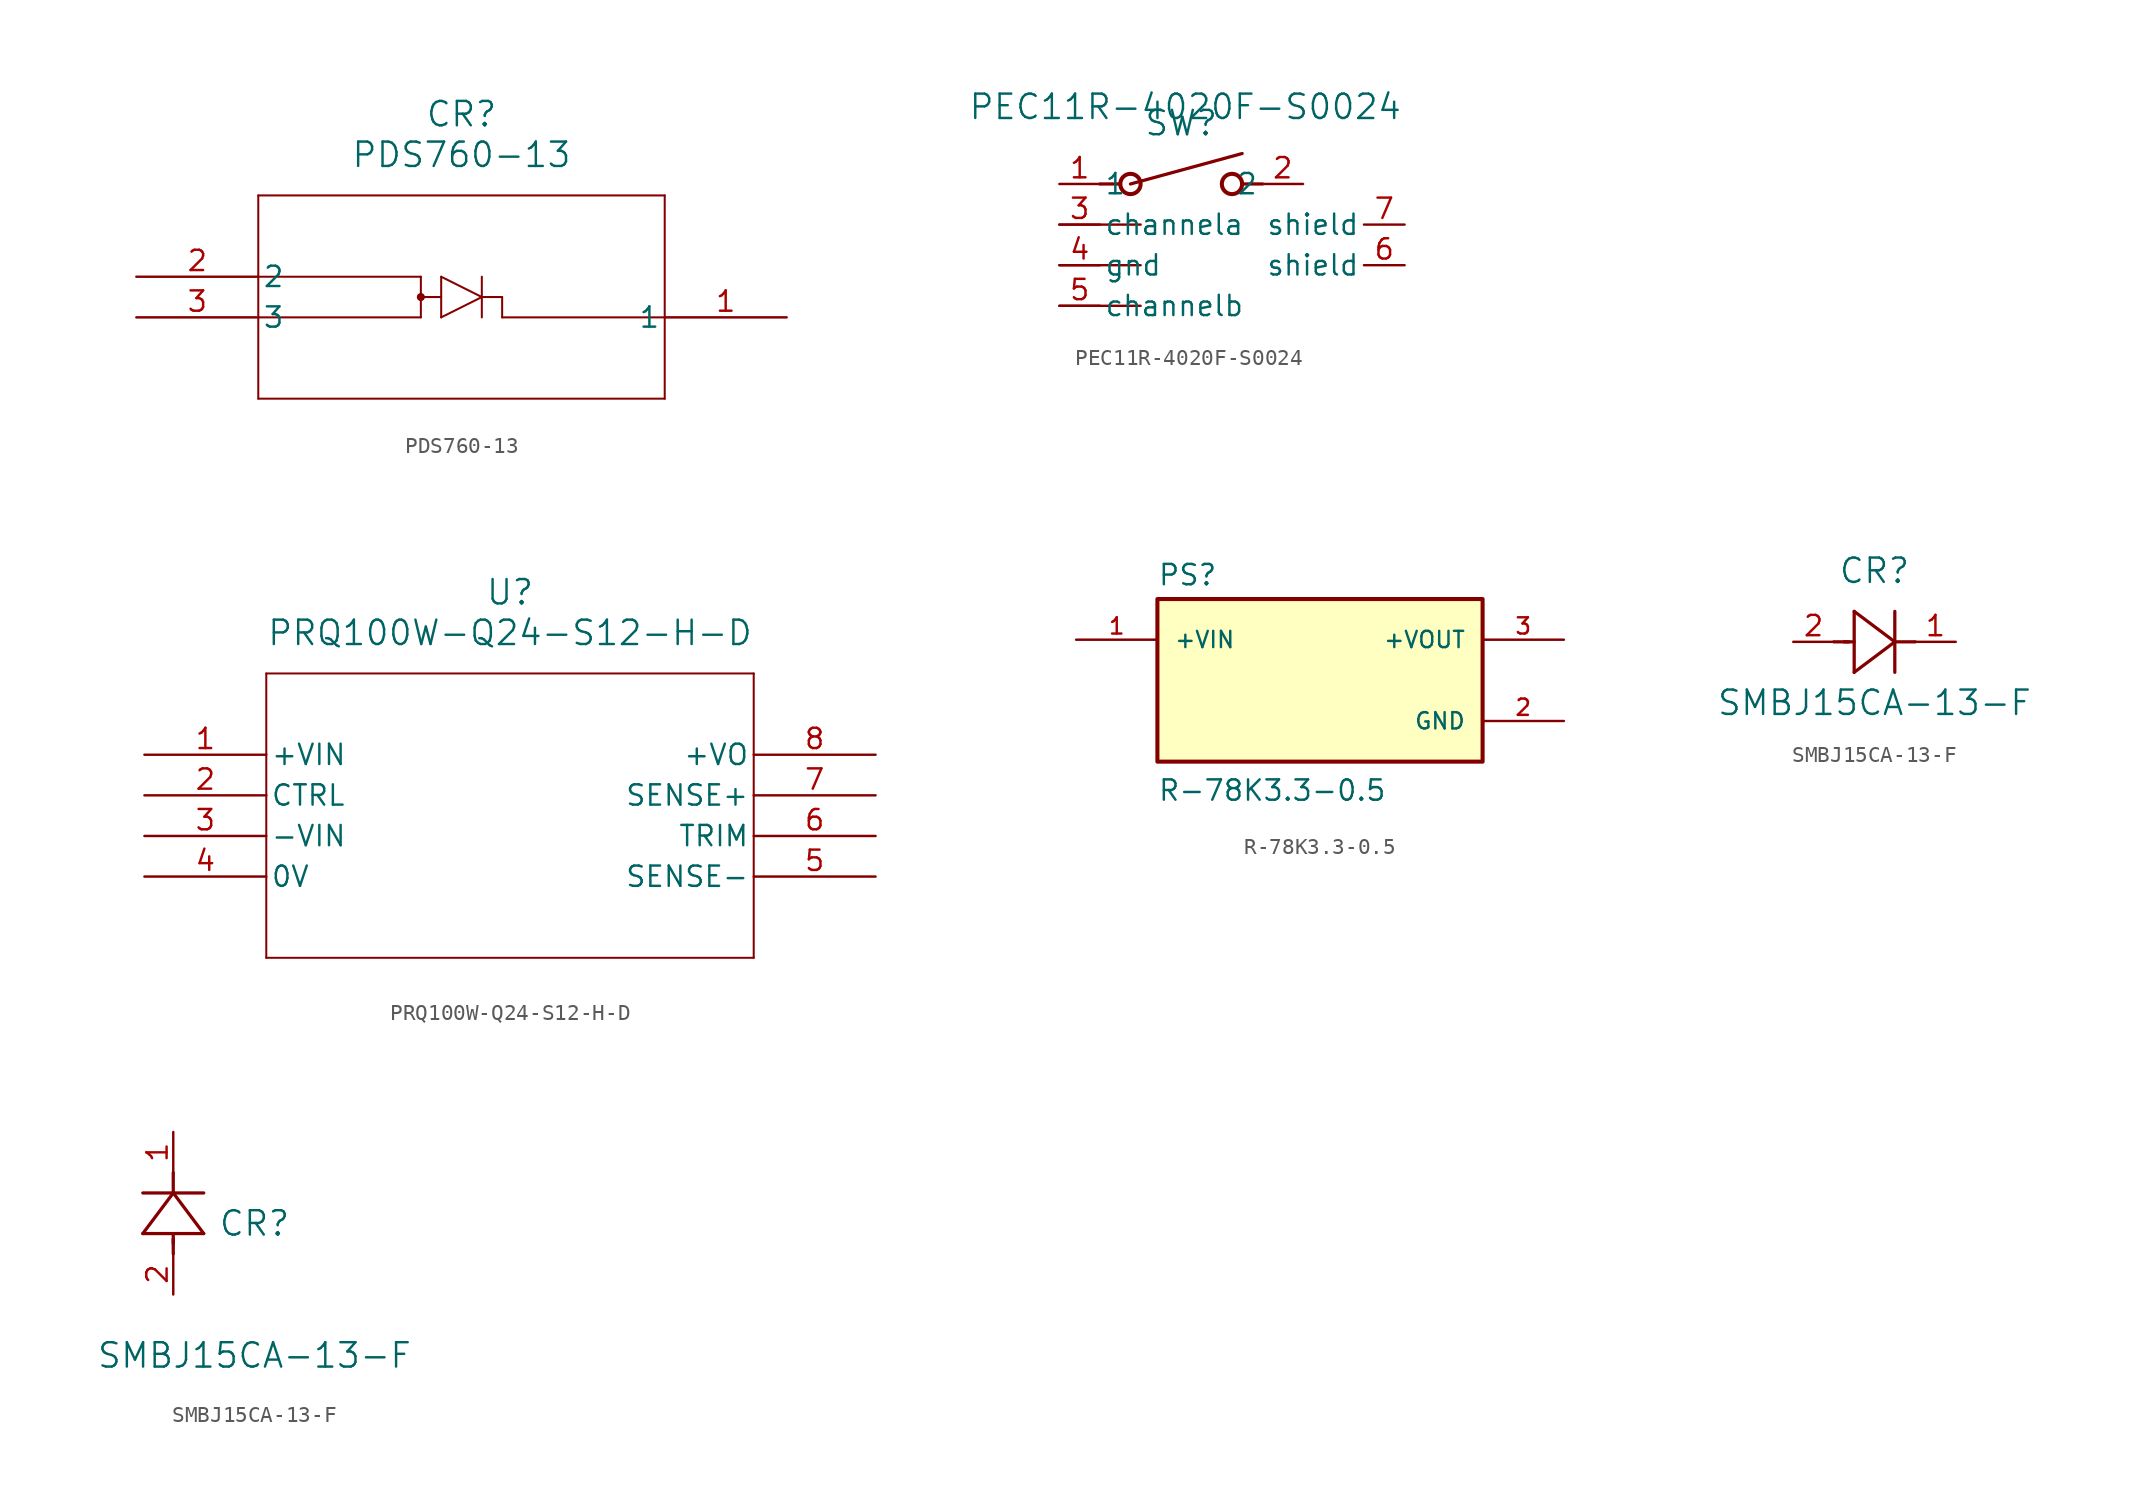
<source format=kicad_sym>
(kicad_symbol_lib
  (version 20241209)
  (generator "kicad_symbol_editor")
  (generator_version "9.0")
  (symbol "PDS760-13"
    (pin_names
      (offset 0.254))
    (property "Reference" "CR"
      (at 20.32 10.16 0)
      (effects (font (size 1.524 1.524))))
    (property "Value" "PDS760-13"
      (at 20.32 7.62 0)
      (effects (font (size 1.524 1.524))))
    (property "ki_locked" ""
      (at 0 0 0)
      (effects (font (size 1.27 1.27))))
    (symbol "PDS760-13_0_1"
      (polyline (pts (xy 7.62 5.08) (xy 7.62 -7.62)) (stroke (width 0.127) (type default)) (fill (type none)))
      (polyline (pts (xy 7.62 0) (xy 17.78 0)) (stroke (width 0.127) (type default)) (fill (type none)))
      (polyline (pts (xy 7.62 -2.54) (xy 17.78 -2.54)) (stroke (width 0.127) (type default)) (fill (type none)))
      (polyline (pts (xy 7.62 -7.62) (xy 33.02 -7.62)) (stroke (width 0.127) (type default)) (fill (type none)))
      (polyline (pts (xy 17.78 -1.27) (xy 19.05 -1.27)) (stroke (width 0.127) (type default)) (fill (type none)))
      (circle (center 17.78 -1.27) (radius 0.127) (stroke (width 0.254) (type default)) (fill (type none)))
      (polyline (pts (xy 17.78 -2.54) (xy 17.78 0)) (stroke (width 0.127) (type default)) (fill (type none)))
      (polyline (pts (xy 19.05 0) (xy 19.05 -2.54)) (stroke (width 0.127) (type default)) (fill (type none)))
      (polyline (pts (xy 19.05 -2.54) (xy 21.59 -1.27)) (stroke (width 0.127) (type default)) (fill (type none)))
      (polyline (pts (xy 21.59 0) (xy 21.59 -2.54)) (stroke (width 0.127) (type default)) (fill (type none)))
      (polyline (pts (xy 21.59 -1.27) (xy 19.05 0)) (stroke (width 0.127) (type default)) (fill (type none)))
      (polyline (pts (xy 22.86 -1.27) (xy 21.59 -1.27)) (stroke (width 0.127) (type default)) (fill (type none)))
      (polyline (pts (xy 22.86 -1.27) (xy 22.86 -2.54)) (stroke (width 0.127) (type default)) (fill (type none)))
      (polyline (pts (xy 22.86 -2.54) (xy 33.02 -2.54)) (stroke (width 0.127) (type default)) (fill (type none)))
      (polyline (pts (xy 33.02 5.08) (xy 7.62 5.08)) (stroke (width 0.127) (type default)) (fill (type none)))
      (polyline (pts (xy 33.02 -7.62) (xy 33.02 5.08)) (stroke (width 0.127) (type default)) (fill (type none))))
    (symbol "PDS760-13_1_1"
      (pin passive line (at 0 0 0) (length 7.62) (name "2" (effects (font (size 1.27 1.27)))) (number "2" (effects (font (size 1.27 1.27)))))
      (pin passive line (at 0 -2.54 0) (length 7.62) (name "3" (effects (font (size 1.27 1.27)))) (number "3" (effects (font (size 1.27 1.27)))))
      (pin passive line (at 40.64 -2.54 180) (length 7.62) (name "1" (effects (font (size 1.27 1.27)))) (number "1" (effects (font (size 1.27 1.27)))))))
  (symbol "PEC11R-4020F-S0024"
    (pin_names
      (offset 0.254))
    (property "Reference" "SW"
      (at 0 3.81 0)
      (effects (font (size 1.524 1.524))))
    (property "Value" "PEC11R-4020F-S0024"
      (at 0.254 4.826 0)
      (effects (font (size 1.524 1.524))))
    (property "ki_locked" ""
      (at 0 0 0)
      (effects (font (size 1.27 1.27))))
    (symbol "PEC11R-4020F-S0024_0_1"
      (polyline (pts (xy -5.08 0) (xy -3.81 0)) (stroke (width 0.203) (type default)) (fill (type none)))
      (circle (center -3.175 0) (radius 0.635) (stroke (width 0.254) (type default)) (fill (type none)))
      (polyline (pts (xy -3.175 0) (xy 3.81 1.905)) (stroke (width 0.203) (type default)) (fill (type none)))
      (circle (center 3.175 0) (radius 0.635) (stroke (width 0.254) (type default)) (fill (type none)))
      (polyline (pts (xy 5.08 0) (xy 3.81 0)) (stroke (width 0.203) (type default)) (fill (type none)))
      (pin unspecified line (at -7.62 0 0) (length 2.54) (name "1" (effects (font (size 1.27 1.27)))) (number "1" (effects (font (size 1.27 1.27)))))
      (pin unspecified line (at 7.62 0 180) (length 2.54) (name "2" (effects (font (size 1.27 1.27)))) (number "2" (effects (font (size 1.27 1.27))))))
    (symbol "PEC11R-4020F-S0024_1_1"
      (polyline (pts (xy -2.54 -2.54) (xy -7.62 -2.54)) (stroke (width 0) (type default)) (fill (type none)))
      (polyline (pts (xy -2.54 -5.08) (xy -7.62 -5.08)) (stroke (width 0) (type default)) (fill (type none)))
      (polyline (pts (xy -2.54 -7.62) (xy -7.62 -7.62)) (stroke (width 0) (type default)) (fill (type none)))
      (pin passive line (at -7.62 -2.54 0) (length 2.54) (name "channela" (effects (font (size 1.27 1.27)))) (number "3" (effects (font (size 1.27 1.27)))))
      (pin passive line (at -7.62 -5.08 0) (length 2.54) (name "gnd" (effects (font (size 1.27 1.27)))) (number "4" (effects (font (size 1.27 1.27)))))
      (pin passive line (at -7.62 -7.62 0) (length 2.54) (name "channelb" (effects (font (size 1.27 1.27)))) (number "5" (effects (font (size 1.27 1.27)))))
      (pin passive line (at 13.97 -2.54 180) (length 2.54) (name "shield" (effects (font (size 1.27 1.27)))) (number "7" (effects (font (size 1.27 1.27)))))
      (pin passive line (at 13.97 -5.08 180) (length 2.54) (name "shield" (effects (font (size 1.27 1.27)))) (number "6" (effects (font (size 1.27 1.27)))))))
  (symbol "PRQ100W-Q24-S12-H-D"
    (pin_names
      (offset 0.254))
    (property "Reference" "U"
      (at 22.86 10.16 0)
      (effects (font (size 1.524 1.524))))
    (property "Value" "PRQ100W-Q24-S12-H-D"
      (at 22.86 7.62 0)
      (effects (font (size 1.524 1.524))))
    (property "ki_locked" ""
      (at 0 0 0)
      (effects (font (size 1.27 1.27))))
    (symbol "PRQ100W-Q24-S12-H-D_0_1"
      (polyline (pts (xy 7.62 5.08) (xy 7.62 -12.7)) (stroke (width 0.127) (type default)) (fill (type none)))
      (polyline (pts (xy 7.62 -12.7) (xy 38.1 -12.7)) (stroke (width 0.127) (type default)) (fill (type none)))
      (polyline (pts (xy 38.1 5.08) (xy 7.62 5.08)) (stroke (width 0.127) (type default)) (fill (type none)))
      (polyline (pts (xy 38.1 -12.7) (xy 38.1 5.08)) (stroke (width 0.127) (type default)) (fill (type none)))
      (pin unspecified line (at 0 0 0) (length 7.62) (name "+VIN" (effects (font (size 1.27 1.27)))) (number "1" (effects (font (size 1.27 1.27)))))
      (pin unspecified line (at 0 -2.54 0) (length 7.62) (name "CTRL" (effects (font (size 1.27 1.27)))) (number "2" (effects (font (size 1.27 1.27)))))
      (pin unspecified line (at 0 -5.08 0) (length 7.62) (name "-VIN" (effects (font (size 1.27 1.27)))) (number "3" (effects (font (size 1.27 1.27)))))
      (pin unspecified line (at 0 -7.62 0) (length 7.62) (name "0V" (effects (font (size 1.27 1.27)))) (number "4" (effects (font (size 1.27 1.27)))))
      (pin unspecified line (at 45.72 0 180) (length 7.62) (name "+VO" (effects (font (size 1.27 1.27)))) (number "8" (effects (font (size 1.27 1.27)))))
      (pin unspecified line (at 45.72 -2.54 180) (length 7.62) (name "SENSE+" (effects (font (size 1.27 1.27)))) (number "7" (effects (font (size 1.27 1.27)))))
      (pin unspecified line (at 45.72 -5.08 180) (length 7.62) (name "TRIM" (effects (font (size 1.27 1.27)))) (number "6" (effects (font (size 1.27 1.27)))))
      (pin unspecified line (at 45.72 -7.62 180) (length 7.62) (name "SENSE-" (effects (font (size 1.27 1.27)))) (number "5" (effects (font (size 1.27 1.27)))))))
  (symbol "R-78K3.3-0.5"
    (pin_names
      (offset 1.016))
    (property "Reference" "PS"
      (at -10.16 5.842 0)
      (effects (font (size 1.27 1.27)) (justify left bottom)))
    (property "Value" "R-78K3.3-0.5"
      (at -10.16 -7.62 0)
      (effects (font (size 1.27 1.27)) (justify left bottom)))
    (symbol "R-78K3.3-0.5_0_0"
      (rectangle (start -10.16 -5.08) (end 10.16 5.08) (stroke (width 0.254) (type default)) (fill (type background)))
      (pin input line (at -15.24 2.54 0) (length 5.08) (name "+VIN" (effects (font (size 1.016 1.016)))) (number "1" (effects (font (size 1.016 1.016)))))
      (pin output line (at 15.24 2.54 180) (length 5.08) (name "+VOUT" (effects (font (size 1.016 1.016)))) (number "3" (effects (font (size 1.016 1.016)))))
      (pin power_in line (at 15.24 -2.54 180) (length 5.08) (name "GND" (effects (font (size 1.016 1.016)))) (number "2" (effects (font (size 1.016 1.016)))))))
  (symbol "SMBJ15CA-13-F"
    (pin_names
      (offset 0.254))
    (property "Reference" "CR"
      (at 5.08 4.445 0)
      (effects (font (size 1.524 1.524))))
    (property "Value" "SMBJ15CA-13-F"
      (at 5.08 -3.81 0)
      (effects (font (size 1.524 1.524))))
    (property "ki_locked" ""
      (at 0 0 0)
      (effects (font (size 1.27 1.27))))
    (symbol "SMBJ15CA-13-F_1_1"
      (polyline (pts (xy 2.54 0) (xy 3.48 0)) (stroke (width 0.203) (type default)) (fill (type none)))
      (polyline (pts (xy 3.175 0) (xy 3.81 0)) (stroke (width 0.203) (type default)) (fill (type none)))
      (polyline (pts (xy 3.81 1.905) (xy 3.81 -1.905)) (stroke (width 0.203) (type default)) (fill (type none)))
      (polyline (pts (xy 3.81 -1.905) (xy 6.35 0)) (stroke (width 0.203) (type default)) (fill (type none)))
      (polyline (pts (xy 6.35 0) (xy 3.81 1.905)) (stroke (width 0.203) (type default)) (fill (type none)))
      (polyline (pts (xy 6.35 0) (xy 7.62 0)) (stroke (width 0.203) (type default)) (fill (type none)))
      (polyline (pts (xy 6.35 -1.905) (xy 6.35 1.905)) (stroke (width 0.203) (type default)) (fill (type none)))
      (pin unspecified line (at 0 0 0) (length 2.54) (name "" (effects (font (size 1.27 1.27)))) (number "2" (effects (font (size 1.27 1.27)))))
      (pin unspecified line (at 10.16 0 180) (length 2.54) (name "" (effects (font (size 1.27 1.27)))) (number "1" (effects (font (size 1.27 1.27))))))
    (symbol "SMBJ15CA-13-F_1_2"
      (polyline (pts (xy -1.905 3.81) (xy 1.905 3.81)) (stroke (width 0.203) (type default)) (fill (type none)))
      (polyline (pts (xy 0 6.35) (xy -1.905 3.81)) (stroke (width 0.203) (type default)) (fill (type none)))
      (polyline (pts (xy 0 6.35) (xy 0 7.62)) (stroke (width 0.203) (type default)) (fill (type none)))
      (polyline (pts (xy 0 3.175) (xy 0 3.81)) (stroke (width 0.203) (type default)) (fill (type none)))
      (polyline (pts (xy 0 2.54) (xy 0 3.48)) (stroke (width 0.203) (type default)) (fill (type none)))
      (polyline (pts (xy 1.905 6.35) (xy -1.905 6.35)) (stroke (width 0.203) (type default)) (fill (type none)))
      (polyline (pts (xy 1.905 3.81) (xy 0 6.35)) (stroke (width 0.203) (type default)) (fill (type none)))
      (pin unspecified line (at 0 10.16 270) (length 2.54) (name "" (effects (font (size 1.27 1.27)))) (number "1" (effects (font (size 1.27 1.27)))))
      (pin unspecified line (at 0 0 90) (length 2.54) (name "" (effects (font (size 1.27 1.27)))) (number "2" (effects (font (size 1.27 1.27))))))))
</source>
